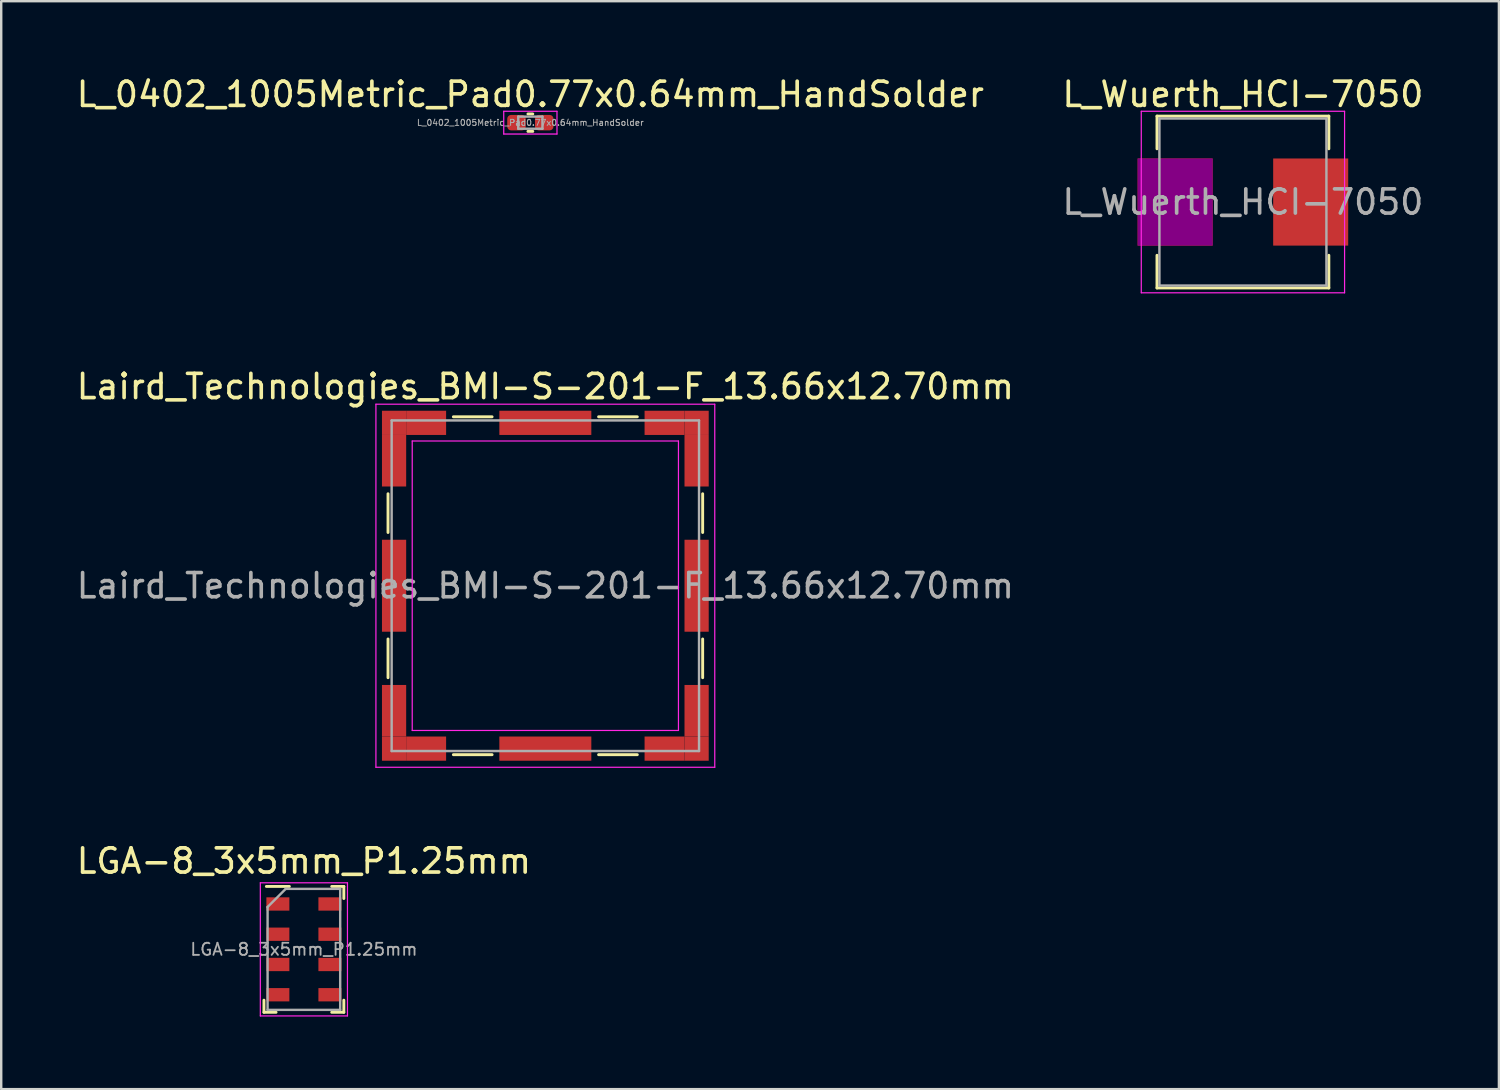
<source format=kicad_pcb>
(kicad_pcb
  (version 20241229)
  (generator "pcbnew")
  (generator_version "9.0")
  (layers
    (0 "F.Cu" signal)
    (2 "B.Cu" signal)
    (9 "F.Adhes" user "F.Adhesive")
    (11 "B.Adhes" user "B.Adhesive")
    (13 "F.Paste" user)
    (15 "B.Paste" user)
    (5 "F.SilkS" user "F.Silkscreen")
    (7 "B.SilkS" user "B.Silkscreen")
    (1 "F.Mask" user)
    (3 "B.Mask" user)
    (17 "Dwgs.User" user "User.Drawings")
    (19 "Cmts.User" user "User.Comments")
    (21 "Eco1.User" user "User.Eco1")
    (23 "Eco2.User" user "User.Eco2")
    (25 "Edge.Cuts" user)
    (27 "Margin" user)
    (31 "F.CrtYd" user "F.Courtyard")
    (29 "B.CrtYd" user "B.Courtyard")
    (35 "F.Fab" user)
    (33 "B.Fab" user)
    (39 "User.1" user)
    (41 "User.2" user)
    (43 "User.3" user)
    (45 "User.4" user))
  (footprint "Laird_Technologies_BMI-S-201-F_13.66x12.70mm"
    (layer "F.Cu")
    (at 19.482 21.151)
    (property "Reference" "Laird_Technologies_BMI-S-201-F_13.66x12.70mm" (at 0 -8.23 0) (layer "F.SilkS") (effects (font (size 1 1) (thickness 0.15))))
    (attr smd)
    (fp_line (start -6.5 -3.8) (end -6.5 -2.2) (stroke (width 0.12) (type solid)) (layer "F.SilkS"))
    (fp_line (start -6.5 2.2) (end -6.5 3.8) (stroke (width 0.12) (type solid)) (layer "F.SilkS"))
    (fp_line (start -3.8 -6.98) (end -2.2 -6.98) (stroke (width 0.12) (type solid)) (layer "F.SilkS"))
    (fp_line (start -3.8 6.98) (end -2.2 6.98) (stroke (width 0.12) (type solid)) (layer "F.SilkS"))
    (fp_line (start 2.2 -6.98) (end 3.8 -6.98) (stroke (width 0.12) (type solid)) (layer "F.SilkS"))
    (fp_line (start 2.2 6.98) (end 3.8 6.98) (stroke (width 0.12) (type solid)) (layer "F.SilkS"))
    (fp_line (start 6.5 -3.8) (end 6.5 -2.2) (stroke (width 0.12) (type solid)) (layer "F.SilkS"))
    (fp_line (start 6.5 2.2) (end 6.5 3.8) (stroke (width 0.12) (type solid)) (layer "F.SilkS"))
    (fp_line (start -7 -7.5) (end -7 7.5) (stroke (width 0.05) (type solid)) (layer "F.CrtYd"))
    (fp_line (start -7 7.5) (end 7 7.5) (stroke (width 0.05) (type solid)) (layer "F.CrtYd"))
    (fp_line (start -5.5 -5.98) (end -5.5 5.98) (stroke (width 0.05) (type solid)) (layer "F.CrtYd"))
    (fp_line (start 5.5 -5.98) (end -5.5 -5.98) (stroke (width 0.05) (type solid)) (layer "F.CrtYd"))
    (fp_line (start 5.5 -5.98) (end 5.5 5.98) (stroke (width 0.05) (type solid)) (layer "F.CrtYd"))
    (fp_line (start 5.5 5.98) (end -5.5 5.98) (stroke (width 0.05) (type solid)) (layer "F.CrtYd"))
    (fp_line (start 7 -7.5) (end -7 -7.5) (stroke (width 0.05) (type solid)) (layer "F.CrtYd"))
    (fp_line (start 7 7.5) (end 7 -7.5) (stroke (width 0.05) (type solid)) (layer "F.CrtYd"))
    (fp_line (start -6.35 -6.83) (end -6.35 6.83) (stroke (width 0.1) (type solid)) (layer "F.Fab"))
    (fp_line (start -6.35 6.83) (end 6.35 6.83) (stroke (width 0.1) (type solid)) (layer "F.Fab"))
    (fp_line (start 6.35 -6.83) (end -6.35 -6.83) (stroke (width 0.1) (type solid)) (layer "F.Fab"))
    (fp_line (start 6.35 6.83) (end 6.35 -6.83) (stroke (width 0.1) (type solid)) (layer "F.Fab"))
    (fp_text user "${REFERENCE}" (at 0 0 0) (layer "F.Fab") (effects (font (size 1 1) (thickness 0.15))))
    (pad "1" smd rect (at -6.25 -6.73) (size 1 1) (layers "F.Cu" "F.Mask" "F.Paste"))
    (pad "1" smd rect (at -6.25 -5.165) (size 1 2.13) (layers "F.Cu" "F.Mask" "F.Paste"))
    (pad "1" smd rect (at -6.25 0) (size 1 3.8) (layers "F.Cu" "F.Mask" "F.Paste"))
    (pad "1" smd rect (at -6.25 5.165) (size 1 2.13) (layers "F.Cu" "F.Mask" "F.Paste"))
    (pad "1" smd rect (at -6.25 6.73) (size 1 1) (layers "F.Cu" "F.Mask" "F.Paste"))
    (pad "1" smd rect (at -4.925 -6.73) (size 1.65 1) (layers "F.Cu" "F.Mask" "F.Paste"))
    (pad "1" smd rect (at -4.925 6.73) (size 1.65 1) (layers "F.Cu" "F.Mask" "F.Paste"))
    (pad "1" smd rect (at 0 -6.73) (size 3.8 1) (layers "F.Cu" "F.Mask" "F.Paste"))
    (pad "1" smd rect (at 0 6.73) (size 3.8 1) (layers "F.Cu" "F.Mask" "F.Paste"))
    (pad "1" smd rect (at 4.925 -6.73) (size 1.65 1) (layers "F.Cu" "F.Mask" "F.Paste"))
    (pad "1" smd rect (at 4.925 6.73) (size 1.65 1) (layers "F.Cu" "F.Mask" "F.Paste"))
    (pad "1" smd rect (at 6.25 -6.73) (size 1 1) (layers "F.Cu" "F.Mask" "F.Paste"))
    (pad "1" smd rect (at 6.25 -5.165) (size 1 2.13) (layers "F.Cu" "F.Mask" "F.Paste"))
    (pad "1" smd rect (at 6.25 0) (size 1 3.8) (layers "F.Cu" "F.Mask" "F.Paste"))
    (pad "1" smd rect (at 6.25 5.165) (size 1 2.13) (layers "F.Cu" "F.Mask" "F.Paste"))
    (pad "1" smd rect (at 6.25 6.73) (size 1 1) (layers "F.Cu" "F.Mask" "F.Paste")))
  (footprint "LGA-8_3x5mm_P1.25mm"
    (layer "F.Cu")
    (at 9.506 36.175)
    (property "Reference" "LGA-8_3x5mm_P1.25mm" (at 0 -3.65 0) (layer "F.SilkS") (effects (font (size 1 1) (thickness 0.15))))
    (attr smd)
    (fp_line (start -1.65 2.6) (end -1.65 2.1) (stroke (width 0.12) (type solid)) (layer "F.SilkS"))
    (fp_line (start -1.55 -2.6) (end -0.6 -2.6) (stroke (width 0.12) (type solid)) (layer "F.SilkS"))
    (fp_line (start -1.15 2.6) (end -1.65 2.6) (stroke (width 0.12) (type solid)) (layer "F.SilkS"))
    (fp_line (start 1.15 -2.6) (end 1.65 -2.6) (stroke (width 0.12) (type solid)) (layer "F.SilkS"))
    (fp_line (start 1.65 -2.6) (end 1.65 -2.1) (stroke (width 0.12) (type solid)) (layer "F.SilkS"))
    (fp_line (start 1.65 2.1) (end 1.65 2.6) (stroke (width 0.12) (type solid)) (layer "F.SilkS"))
    (fp_line (start 1.65 2.6) (end 1.15 2.6) (stroke (width 0.12) (type solid)) (layer "F.SilkS"))
    (fp_line (start -1.8 -2.75) (end -1.8 2.75) (stroke (width 0.05) (type solid)) (layer "F.CrtYd"))
    (fp_line (start -1.8 -2.75) (end 1.8 -2.75) (stroke (width 0.05) (type solid)) (layer "F.CrtYd"))
    (fp_line (start 1.8 2.75) (end -1.8 2.75) (stroke (width 0.05) (type solid)) (layer "F.CrtYd"))
    (fp_line (start 1.8 2.75) (end 1.8 -2.75) (stroke (width 0.05) (type solid)) (layer "F.CrtYd"))
    (fp_line (start -1.5 -1.75) (end -0.75 -2.5) (stroke (width 0.1) (type solid)) (layer "F.Fab"))
    (fp_line (start -1.5 2.5) (end -1.5 -1.75) (stroke (width 0.1) (type solid)) (layer "F.Fab"))
    (fp_line (start -0.75 -2.5) (end 1.5 -2.5) (stroke (width 0.1) (type solid)) (layer "F.Fab"))
    (fp_line (start 1.5 -2.5) (end 1.5 2.5) (stroke (width 0.1) (type solid)) (layer "F.Fab"))
    (fp_line (start 1.5 2.5) (end -1.5 2.5) (stroke (width 0.1) (type solid)) (layer "F.Fab"))
    (fp_text user "${REFERENCE}" (at 0 0 0) (layer "F.Fab") (effects (font (size 0.5 0.5) (thickness 0.075))))
    (pad "1" smd rect (at -1.075 -1.875) (size 0.95 0.55) (layers "F.Cu" "F.Mask" "F.Paste"))
    (pad "2" smd rect (at -1.075 -0.625) (size 0.95 0.55) (layers "F.Cu" "F.Mask" "F.Paste"))
    (pad "3" smd rect (at -1.075 0.625) (size 0.95 0.55) (layers "F.Cu" "F.Mask" "F.Paste"))
    (pad "4" smd rect (at -1.075 1.875) (size 0.95 0.55) (layers "F.Cu" "F.Mask" "F.Paste"))
    (pad "5" smd rect (at 1.075 1.875) (size 0.95 0.55) (layers "F.Cu" "F.Mask" "F.Paste"))
    (pad "6" smd rect (at 1.075 0.625) (size 0.95 0.55) (layers "F.Cu" "F.Mask" "F.Paste"))
    (pad "7" smd rect (at 1.075 -0.625) (size 0.95 0.55) (layers "F.Cu" "F.Mask" "F.Paste"))
    (pad "8" smd rect (at 1.075 -1.875) (size 0.95 0.55) (layers "F.Cu" "F.Mask" "F.Paste")))
  (footprint "L_Wuerth_HCI-7050"
    (layer "F.Cu")
    (at 48.304 5.298)
    (property "Reference" "L_Wuerth_HCI-7050" (at 0 -4.45 0) (layer "F.SilkS") (effects (font (size 1 1) (thickness 0.15))))
    (attr smd)
    (fp_line (start -3.55 -3.55) (end 3.55 -3.55) (stroke (width 0.12) (type solid)) (layer "F.SilkS"))
    (fp_line (start -3.55 -2.2) (end -3.55 -3.55) (stroke (width 0.12) (type solid)) (layer "F.SilkS"))
    (fp_line (start -3.55 2.2) (end -3.55 3.55) (stroke (width 0.12) (type solid)) (layer "F.SilkS"))
    (fp_line (start -3.55 3.55) (end 3.55 3.55) (stroke (width 0.12) (type solid)) (layer "F.SilkS"))
    (fp_line (start 3.55 -3.55) (end 3.55 -2.2) (stroke (width 0.12) (type solid)) (layer "F.SilkS"))
    (fp_line (start 3.55 3.55) (end 3.55 2.2) (stroke (width 0.12) (type solid)) (layer "F.SilkS"))
    (fp_line (start -4.2 -3.75) (end -4.2 3.75) (stroke (width 0.05) (type solid)) (layer "F.CrtYd"))
    (fp_line (start -4.2 3.75) (end 4.2 3.75) (stroke (width 0.05) (type solid)) (layer "F.CrtYd"))
    (fp_line (start 4.2 -3.75) (end -4.2 -3.75) (stroke (width 0.05) (type solid)) (layer "F.CrtYd"))
    (fp_line (start 4.2 3.75) (end 4.2 -3.75) (stroke (width 0.05) (type solid)) (layer "F.CrtYd"))
    (fp_line (start -3.45 -3.45) (end -3.45 3.45) (stroke (width 0.1) (type solid)) (layer "F.Fab"))
    (fp_line (start -3.45 3.45) (end 3.45 3.45) (stroke (width 0.1) (type solid)) (layer "F.Fab"))
    (fp_line (start 3.45 -3.45) (end -3.45 -3.45) (stroke (width 0.1) (type solid)) (layer "F.Fab"))
    (fp_line (start 3.45 3.45) (end 3.45 -3.45) (stroke (width 0.1) (type solid)) (layer "F.Fab"))
    (fp_text user "${REFERENCE}" (at 0 0 0) (layer "F.Fab") (effects (font (size 1 1) (thickness 0.15))))
    (pad "1" smd rect (at -2.8 0) (size 3.1 3.6) (layers "F.Cu" "F.Mask" "F.Adhes" "F.Paste"))
    (pad "2" smd rect (at 2.8 0) (size 3.1 3.6) (layers "F.Cu" "F.Mask" "F.Paste")))
  (footprint "L_0402_1005Metric_Pad0.77x0.64mm_HandSolder"
    (layer "F.Cu")
    (at 18.863 2.018)
    (property "Reference" "L_0402_1005Metric_Pad0.77x0.64mm_HandSolder" (at 0 -1.17 0) (layer "F.SilkS") (effects (font (size 1 1) (thickness 0.15))))
    (attr smd)
    (fp_line (start -0.1 -0.36) (end 0.1 -0.36) (stroke (width 0.12) (type solid)) (layer "F.SilkS"))
    (fp_line (start -0.1 0.36) (end 0.1 0.36) (stroke (width 0.12) (type solid)) (layer "F.SilkS"))
    (fp_line (start -1.1 -0.47) (end 1.1 -0.47) (stroke (width 0.05) (type solid)) (layer "F.CrtYd"))
    (fp_line (start -1.1 0.47) (end -1.1 -0.47) (stroke (width 0.05) (type solid)) (layer "F.CrtYd"))
    (fp_line (start 1.1 -0.47) (end 1.1 0.47) (stroke (width 0.05) (type solid)) (layer "F.CrtYd"))
    (fp_line (start 1.1 0.47) (end -1.1 0.47) (stroke (width 0.05) (type solid)) (layer "F.CrtYd"))
    (fp_line (start -0.5 -0.25) (end 0.5 -0.25) (stroke (width 0.1) (type solid)) (layer "F.Fab"))
    (fp_line (start -0.5 0.25) (end -0.5 -0.25) (stroke (width 0.1) (type solid)) (layer "F.Fab"))
    (fp_line (start 0.5 -0.25) (end 0.5 0.25) (stroke (width 0.1) (type solid)) (layer "F.Fab"))
    (fp_line (start 0.5 0.25) (end -0.5 0.25) (stroke (width 0.1) (type solid)) (layer "F.Fab"))
    (fp_text user "${REFERENCE}" (at 0 0 0) (layer "F.Fab") (effects (font (size 0.25 0.25) (thickness 0.04))))
    (pad "1" smd roundrect (at -0.573 0) (size 0.765 0.64) (layers "F.Cu" "F.Mask" "F.Paste") (roundrect_rratio 0.25))
    (pad "2" smd roundrect (at 0.573 0) (size 0.765 0.64) (layers "F.Cu" "F.Mask" "F.Paste") (roundrect_rratio 0.25)))
  (gr_rect
    (start -3 -3)
    (end 58.881 41.95)
    (stroke (width 0.1) (type default))
    (fill no)
    (layer "Edge.Cuts")))
</source>
